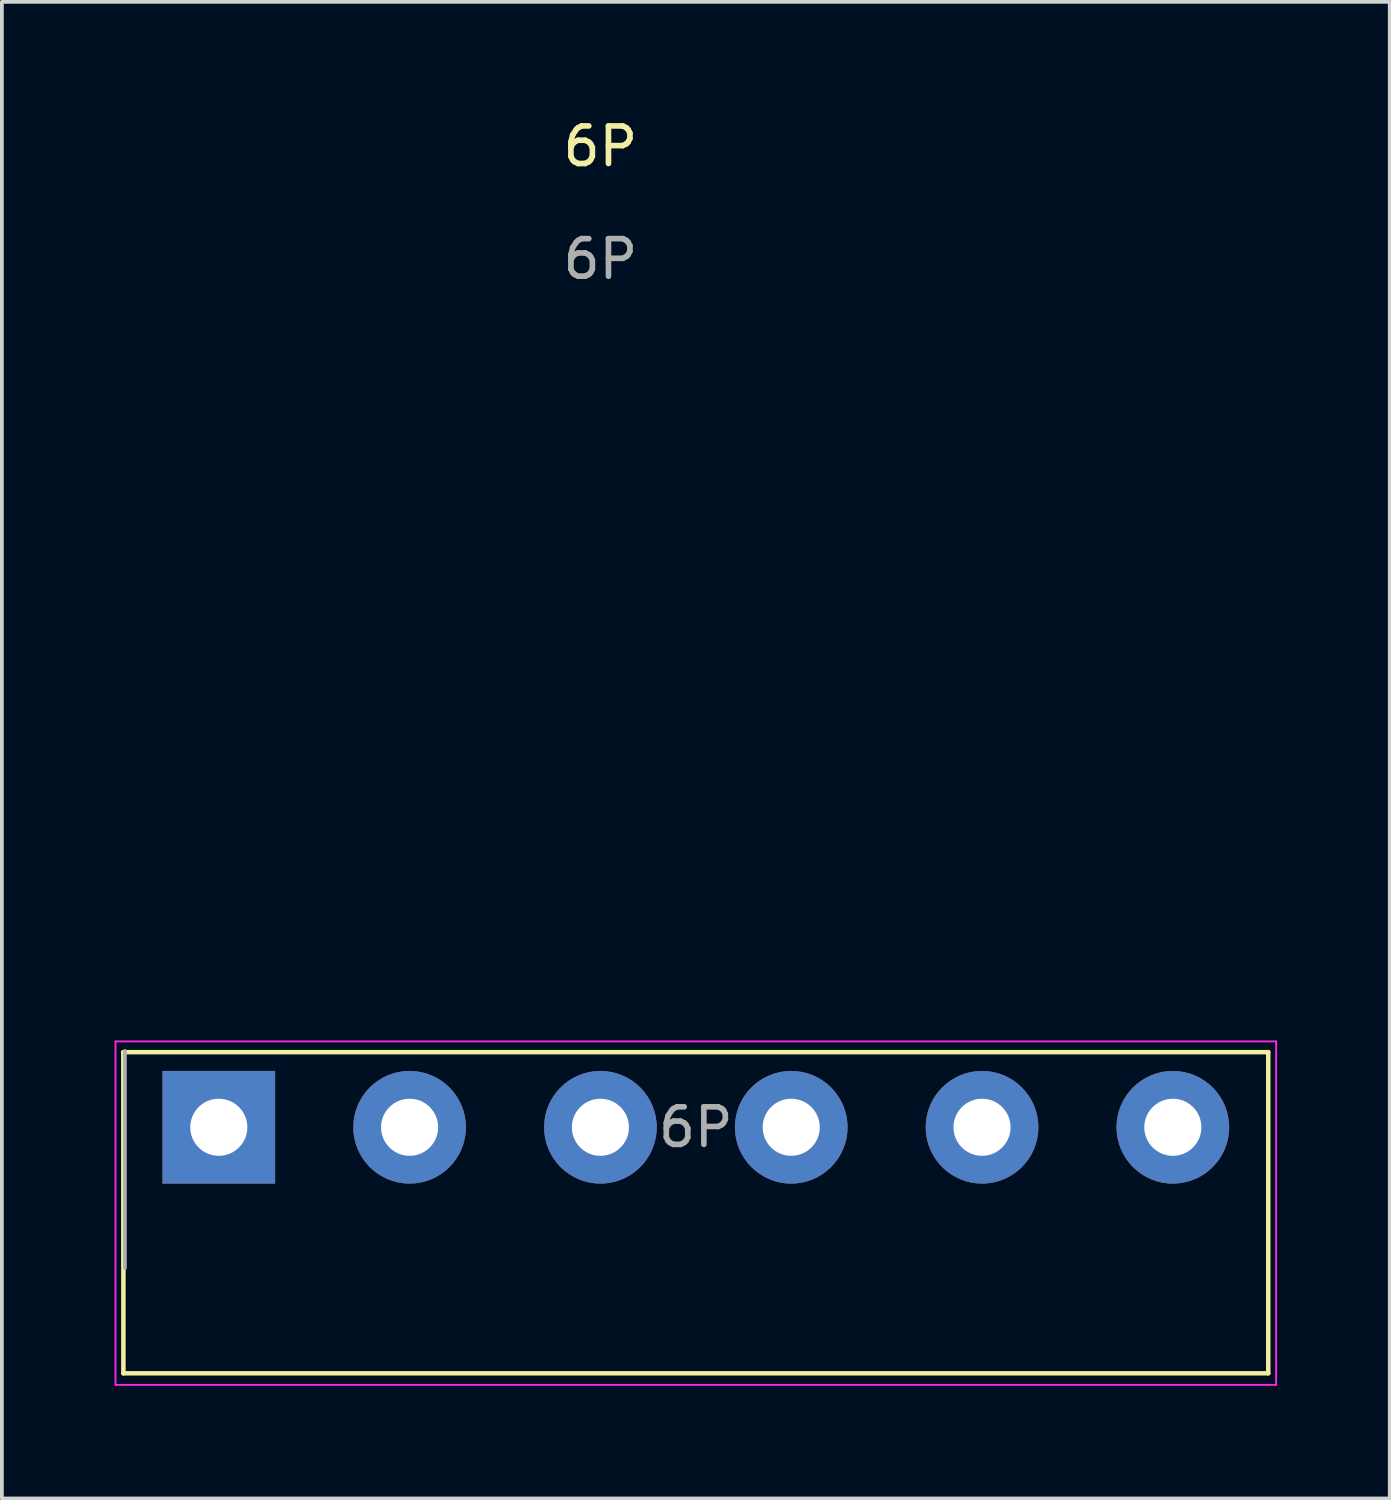
<source format=kicad_pcb>
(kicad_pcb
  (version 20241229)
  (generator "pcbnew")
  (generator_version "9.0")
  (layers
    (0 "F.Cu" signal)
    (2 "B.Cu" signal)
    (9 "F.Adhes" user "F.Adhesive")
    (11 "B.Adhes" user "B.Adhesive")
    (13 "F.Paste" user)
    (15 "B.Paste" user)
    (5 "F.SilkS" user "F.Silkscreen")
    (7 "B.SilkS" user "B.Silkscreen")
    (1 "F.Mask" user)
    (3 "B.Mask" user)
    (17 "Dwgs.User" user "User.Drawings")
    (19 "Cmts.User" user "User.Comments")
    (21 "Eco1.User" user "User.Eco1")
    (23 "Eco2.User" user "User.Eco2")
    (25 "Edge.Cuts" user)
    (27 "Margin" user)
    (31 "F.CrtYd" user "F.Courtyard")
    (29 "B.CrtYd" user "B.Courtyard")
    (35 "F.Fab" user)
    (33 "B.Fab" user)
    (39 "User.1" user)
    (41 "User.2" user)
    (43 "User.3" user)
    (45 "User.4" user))
  (footprint "6P"
    (layer "F.Cu")
    (at 12.935 26.962)
    (property "Reference" "6P" (at 0 -26.114 0) (unlocked yes) (layer "F.SilkS") (effects (font (size 1 1) (thickness 0.15))))
    (attr through_hole)
    (fp_line (start -12.7 -2) (end -12.7 6.55) (stroke (width 0.12) (type solid)) (layer "F.SilkS"))
    (fp_line (start -12.7 -2) (end 17.78 -2) (stroke (width 0.12) (type solid)) (layer "F.SilkS"))
    (fp_line (start -12.7 6.55) (end 17.78 6.55) (stroke (width 0.12) (type solid)) (layer "F.SilkS"))
    (fp_line (start 17.78 6.55) (end 17.78 -2) (stroke (width 0.12) (type solid)) (layer "F.SilkS"))
    (fp_line (start -12.91 -2.286) (end -12.91 6.858) (stroke (width 0.05) (type solid)) (layer "F.CrtYd"))
    (fp_line (start -12.91 -2.286) (end 17.99 -2.286) (stroke (width 0.05) (type solid)) (layer "F.CrtYd"))
    (fp_line (start 17.99 6.858) (end -12.91 6.858) (stroke (width 0.05) (type solid)) (layer "F.CrtYd"))
    (fp_line (start 17.99 6.858) (end 17.99 -2.286) (stroke (width 0.05) (type solid)) (layer "F.CrtYd"))
    (fp_line (start -12.66 -2.032) (end -12.66 3.75) (stroke (width 0.1) (type solid)) (layer "F.Fab"))
    (fp_text user "${REFERENCE}" (at 0 -23.114 0) (unlocked yes) (layer "F.Fab") (effects (font (size 1 1) (thickness 0.15))))
    (fp_text user "${REFERENCE}" (at 2.54 0 0) (layer "F.Fab") (effects (font (size 1 1) (thickness 0.15))))
    (pad "1" thru_hole rect (at -10.16 0) (size 3 3) (drill 1.52) (layers "*.Cu" "*.Mask"))
    (pad "2" thru_hole circle (at -5.08 0) (size 3 3) (drill 1.52) (layers "*.Cu" "*.Mask"))
    (pad "3" thru_hole circle (at 0 0) (size 3 3) (drill 1.52) (layers "*.Cu" "*.Mask"))
    (pad "4" thru_hole circle (at 5.08 0) (size 3 3) (drill 1.52) (layers "*.Cu" "*.Mask"))
    (pad "5" thru_hole circle (at 10.16 0) (size 3 3) (drill 1.52) (layers "*.Cu" "*.Mask"))
    (pad "6" thru_hole circle (at 15.24 0) (size 3 3) (drill 1.52) (layers "*.Cu" "*.Mask")))
  (gr_rect
    (start -3 -3)
    (end 33.95 36.845)
    (stroke (width 0.1) (type default))
    (fill no)
    (layer "Edge.Cuts")))
</source>
